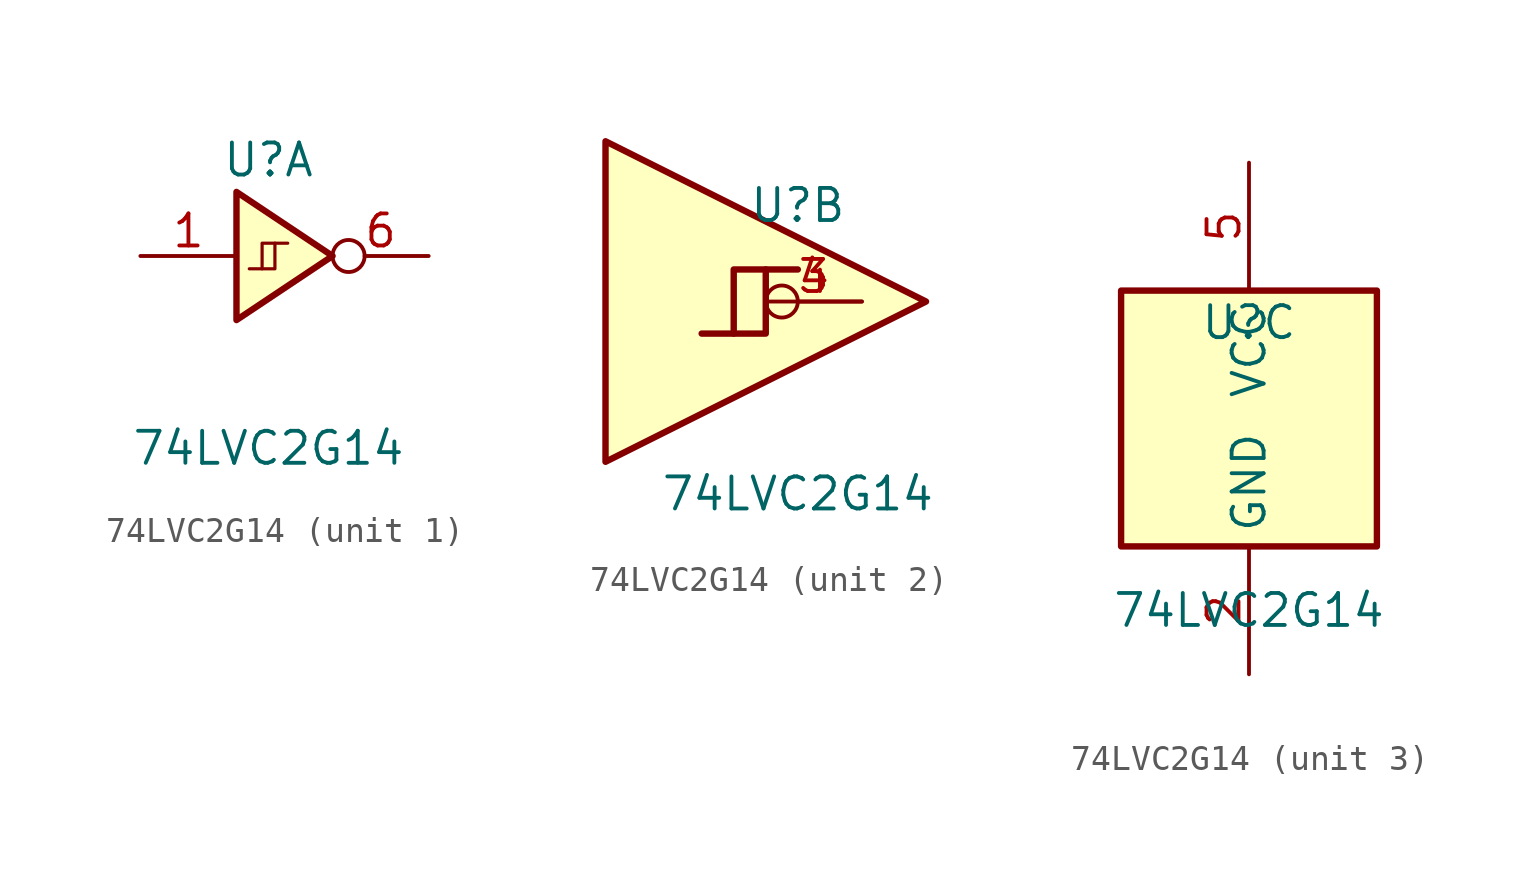
<source format=kicad_sym>
(kicad_symbol_lib
  (version 20220914)
  (generator kicad_symbol_editor)
  (symbol "74LVC2G14"
    (property "Reference" "U"
      (at 0 3.81 0)
      (effects (font (size 1.27 1.27))))
    (property "Value" "74LVC2G14"
      (at 0 -7.62 0)
      (effects (font (size 1.27 1.27))))
    (symbol "74LVC2G14_1_1"
      (polyline (pts (xy -0.254 -0.508) (xy 0.254 -0.508) (xy 0.254 0.508)) (stroke (width 0.127) (type default)) (fill (type background)))
      (polyline (pts (xy -1.27 2.54) (xy -1.27 -2.54) (xy 2.54 0) (xy -1.27 2.54)) (stroke (width 0.254) (type default)) (fill (type background)))
      (polyline (pts (xy -0.762 -0.508) (xy -0.254 -0.508) (xy -0.254 0.508) (xy 0.762 0.508)) (stroke (width 0.127) (type default)) (fill (type background)))
      (pin input line (at -5.08 0 0) (length 3.81) (name "~" (effects (font (size 1.27 1.27)))) (number "1" (effects (font (size 1.27 1.27)))))
      (pin output inverted (at 6.35 0 180) (length 3.81) (name "~" (effects (font (size 1.27 1.27)))) (number "6" (effects (font (size 1.27 1.27))))))
    (symbol "74LVC2G14_2_1"
      (polyline (pts (xy -2.54 -1.27) (xy -1.27 -1.27) (xy -1.27 1.27)) (stroke (width 0.254) (type default)) (fill (type background)))
      (polyline (pts (xy -7.62 6.35) (xy -7.62 -6.35) (xy 5.08 0) (xy -7.62 6.35)) (stroke (width 0.254) (type default)) (fill (type background)))
      (polyline (pts (xy -3.81 -1.27) (xy -2.54 -1.27) (xy -2.54 1.27) (xy 0 1.27)) (stroke (width 0.254) (type default)) (fill (type background)))
      (pin input line (at -1.27 0 0) (length 3.81) (name "~" (effects (font (size 1.27 1.27)))) (number "3" (effects (font (size 1.27 1.27)))))
      (pin output inverted (at 2.54 0 180) (length 3.81) (name "~" (effects (font (size 1.27 1.27)))) (number "4" (effects (font (size 1.27 1.27))))))
    (symbol "74LVC2G14_3_0"
      (rectangle (start -5.08 -5.08) (end 5.08 5.08) (stroke (width 0.254) (type default)) (fill (type background))))
    (symbol "74LVC2G14_3_1"
      (pin power_in line (at 0 -10.16 90) (length 5.08) (name "GND" (effects (font (size 1.27 1.27)))) (number "2" (effects (font (size 1.27 1.27)))))
      (pin power_in line (at 0 10.16 270) (length 5.08) (name "VCC" (effects (font (size 1.27 1.27)))) (number "5" (effects (font (size 1.27 1.27))))))))
</source>
